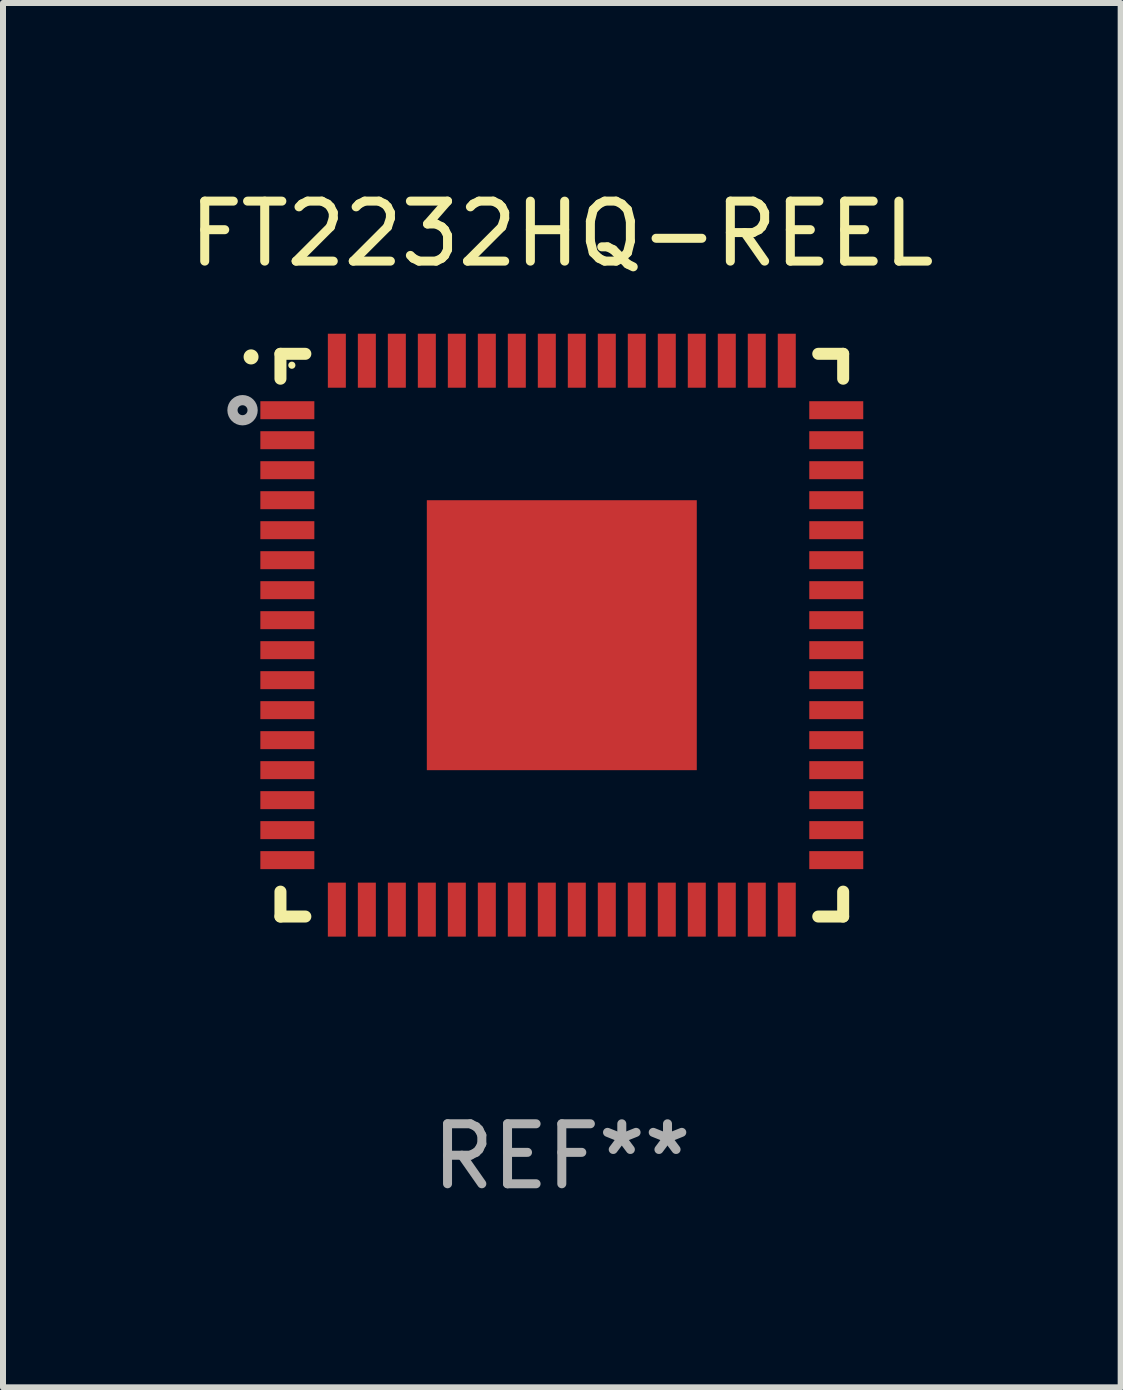
<source format=kicad_pcb>
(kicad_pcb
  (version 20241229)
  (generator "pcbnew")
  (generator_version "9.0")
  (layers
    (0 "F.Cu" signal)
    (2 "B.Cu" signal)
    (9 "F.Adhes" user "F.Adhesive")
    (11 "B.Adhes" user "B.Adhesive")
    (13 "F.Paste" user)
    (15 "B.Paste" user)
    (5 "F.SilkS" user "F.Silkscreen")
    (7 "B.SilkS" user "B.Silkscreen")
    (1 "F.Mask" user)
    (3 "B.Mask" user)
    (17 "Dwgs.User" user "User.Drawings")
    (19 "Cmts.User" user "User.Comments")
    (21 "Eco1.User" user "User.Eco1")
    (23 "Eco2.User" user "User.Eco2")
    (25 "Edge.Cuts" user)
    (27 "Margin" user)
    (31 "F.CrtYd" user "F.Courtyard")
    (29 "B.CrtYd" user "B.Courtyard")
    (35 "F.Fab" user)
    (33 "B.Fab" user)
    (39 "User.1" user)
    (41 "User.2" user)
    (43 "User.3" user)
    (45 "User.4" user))
  (footprint "FT2232HQ-REEL"
    (layer "F.Cu")
    (at 6.315 7.538)
    (property "Reference" "FT2232HQ-REEL" (at 0 -6.69 0) (layer "F.SilkS") (effects (font (size 1 1) (thickness 0.15))))
    (attr through_hole)
    (fp_line (start -4.69 -4.69) (end -4.275 -4.69) (stroke (width 0.2) (type solid)) (layer "F.SilkS"))
    (fp_line (start -4.69 -4.275) (end -4.69 -4.69) (stroke (width 0.2) (type solid)) (layer "F.SilkS"))
    (fp_line (start -4.69 4.275) (end -4.69 4.69) (stroke (width 0.2) (type solid)) (layer "F.SilkS"))
    (fp_line (start -4.69 4.69) (end -4.275 4.69) (stroke (width 0.2) (type solid)) (layer "F.SilkS"))
    (fp_line (start 4.275 -4.69) (end 4.69 -4.69) (stroke (width 0.2) (type solid)) (layer "F.SilkS"))
    (fp_line (start 4.275 4.69) (end 4.69 4.69) (stroke (width 0.2) (type solid)) (layer "F.SilkS"))
    (fp_line (start 4.69 -4.69) (end 4.69 -4.275) (stroke (width 0.2) (type solid)) (layer "F.SilkS"))
    (fp_line (start 4.69 4.69) (end 4.69 4.275) (stroke (width 0.2) (type solid)) (layer "F.SilkS"))
    (fp_arc (start -5.18001 -4.637338) (mid -5.180016 -4.638608) (end -5.18001 -4.639878) (stroke (width 0.24892) (type solid)) (layer "F.SilkS"))
    (fp_circle (center -4.5 -4.5) (end -4.47 -4.5) (stroke (width 0.06) (type solid)) (fill no) (layer "F.SilkS"))
    (fp_circle (center -5.322 -3.75) (end -5.239 -3.75) (stroke (width 0.17) (type solid)) (fill no) (layer "F.Fab"))
    (fp_text user "REF**" (at 0 8.69 0) (layer "F.Fab") (effects (font (size 1 1) (thickness 0.15))))
    (pad "1" smd rect (at -4.575 -3.75) (size 0.9 0.3) (layers "F.Cu" "F.Mask" "F.Paste"))
    (pad "2" smd rect (at -4.575 -3.25) (size 0.9 0.3) (layers "F.Cu" "F.Mask" "F.Paste"))
    (pad "3" smd rect (at -4.575 -2.75) (size 0.9 0.3) (layers "F.Cu" "F.Mask" "F.Paste"))
    (pad "4" smd rect (at -4.575 -2.25) (size 0.9 0.3) (layers "F.Cu" "F.Mask" "F.Paste"))
    (pad "5" smd rect (at -4.575 -1.75) (size 0.9 0.3) (layers "F.Cu" "F.Mask" "F.Paste"))
    (pad "6" smd rect (at -4.575 -1.25) (size 0.9 0.3) (layers "F.Cu" "F.Mask" "F.Paste"))
    (pad "7" smd rect (at -4.575 -0.75) (size 0.9 0.3) (layers "F.Cu" "F.Mask" "F.Paste"))
    (pad "8" smd rect (at -4.575 -0.25) (size 0.9 0.3) (layers "F.Cu" "F.Mask" "F.Paste"))
    (pad "9" smd rect (at -4.575 0.25) (size 0.9 0.3) (layers "F.Cu" "F.Mask" "F.Paste"))
    (pad "10" smd rect (at -4.575 0.75) (size 0.9 0.3) (layers "F.Cu" "F.Mask" "F.Paste"))
    (pad "11" smd rect (at -4.575 1.25) (size 0.9 0.3) (layers "F.Cu" "F.Mask" "F.Paste"))
    (pad "12" smd rect (at -4.575 1.75) (size 0.9 0.3) (layers "F.Cu" "F.Mask" "F.Paste"))
    (pad "13" smd rect (at -4.575 2.25) (size 0.9 0.3) (layers "F.Cu" "F.Mask" "F.Paste"))
    (pad "14" smd rect (at -4.575 2.75) (size 0.9 0.3) (layers "F.Cu" "F.Mask" "F.Paste"))
    (pad "15" smd rect (at -4.575 3.25) (size 0.9 0.3) (layers "F.Cu" "F.Mask" "F.Paste"))
    (pad "16" smd rect (at -4.575 3.75) (size 0.9 0.3) (layers "F.Cu" "F.Mask" "F.Paste"))
    (pad "17" smd rect (at -3.75 4.575 90) (size 0.9 0.3) (layers "F.Cu" "F.Mask" "F.Paste"))
    (pad "18" smd rect (at -3.25 4.575 90) (size 0.9 0.3) (layers "F.Cu" "F.Mask" "F.Paste"))
    (pad "19" smd rect (at -2.75 4.575 90) (size 0.9 0.3) (layers "F.Cu" "F.Mask" "F.Paste"))
    (pad "20" smd rect (at -2.25 4.575 90) (size 0.9 0.3) (layers "F.Cu" "F.Mask" "F.Paste"))
    (pad "21" smd rect (at -1.75 4.575 90) (size 0.9 0.3) (layers "F.Cu" "F.Mask" "F.Paste"))
    (pad "22" smd rect (at -1.25 4.575 90) (size 0.9 0.3) (layers "F.Cu" "F.Mask" "F.Paste"))
    (pad "23" smd rect (at -0.75 4.575 90) (size 0.9 0.3) (layers "F.Cu" "F.Mask" "F.Paste"))
    (pad "24" smd rect (at -0.25 4.575 90) (size 0.9 0.3) (layers "F.Cu" "F.Mask" "F.Paste"))
    (pad "25" smd rect (at 0.25 4.575 90) (size 0.9 0.3) (layers "F.Cu" "F.Mask" "F.Paste"))
    (pad "26" smd rect (at 0.75 4.575 90) (size 0.9 0.3) (layers "F.Cu" "F.Mask" "F.Paste"))
    (pad "27" smd rect (at 1.25 4.575 90) (size 0.9 0.3) (layers "F.Cu" "F.Mask" "F.Paste"))
    (pad "28" smd rect (at 1.75 4.575 90) (size 0.9 0.3) (layers "F.Cu" "F.Mask" "F.Paste"))
    (pad "29" smd rect (at 2.25 4.575 90) (size 0.9 0.3) (layers "F.Cu" "F.Mask" "F.Paste"))
    (pad "30" smd rect (at 2.75 4.575 90) (size 0.9 0.3) (layers "F.Cu" "F.Mask" "F.Paste"))
    (pad "31" smd rect (at 3.25 4.575 90) (size 0.9 0.3) (layers "F.Cu" "F.Mask" "F.Paste"))
    (pad "32" smd rect (at 3.75 4.575 90) (size 0.9 0.3) (layers "F.Cu" "F.Mask" "F.Paste"))
    (pad "33" smd rect (at 4.575 3.75 180) (size 0.9 0.3) (layers "F.Cu" "F.Mask" "F.Paste"))
    (pad "34" smd rect (at 4.575 3.25) (size 0.9 0.3) (layers "F.Cu" "F.Mask" "F.Paste"))
    (pad "35" smd rect (at 4.575 2.75) (size 0.9 0.3) (layers "F.Cu" "F.Mask" "F.Paste"))
    (pad "36" smd rect (at 4.575 2.25) (size 0.9 0.3) (layers "F.Cu" "F.Mask" "F.Paste"))
    (pad "37" smd rect (at 4.575 1.75) (size 0.9 0.3) (layers "F.Cu" "F.Mask" "F.Paste"))
    (pad "38" smd rect (at 4.575 1.25) (size 0.9 0.3) (layers "F.Cu" "F.Mask" "F.Paste"))
    (pad "39" smd rect (at 4.575 0.75) (size 0.9 0.3) (layers "F.Cu" "F.Mask" "F.Paste"))
    (pad "40" smd rect (at 4.575 0.25) (size 0.9 0.3) (layers "F.Cu" "F.Mask" "F.Paste"))
    (pad "41" smd rect (at 4.575 -0.25) (size 0.9 0.3) (layers "F.Cu" "F.Mask" "F.Paste"))
    (pad "42" smd rect (at 4.575 -0.75) (size 0.9 0.3) (layers "F.Cu" "F.Mask" "F.Paste"))
    (pad "43" smd rect (at 4.575 -1.25) (size 0.9 0.3) (layers "F.Cu" "F.Mask" "F.Paste"))
    (pad "44" smd rect (at 4.575 -1.75) (size 0.9 0.3) (layers "F.Cu" "F.Mask" "F.Paste"))
    (pad "45" smd rect (at 4.575 -2.25) (size 0.9 0.3) (layers "F.Cu" "F.Mask" "F.Paste"))
    (pad "46" smd rect (at 4.575 -2.75) (size 0.9 0.3) (layers "F.Cu" "F.Mask" "F.Paste"))
    (pad "47" smd rect (at 4.575 -3.25) (size 0.9 0.3) (layers "F.Cu" "F.Mask" "F.Paste"))
    (pad "48" smd rect (at 4.575 -3.75) (size 0.9 0.3) (layers "F.Cu" "F.Mask" "F.Paste"))
    (pad "49" smd rect (at 3.75 -4.575 90) (size 0.9 0.3) (layers "F.Cu" "F.Mask" "F.Paste"))
    (pad "50" smd rect (at 3.25 -4.575 90) (size 0.9 0.3) (layers "F.Cu" "F.Mask" "F.Paste"))
    (pad "51" smd rect (at 2.75 -4.575 90) (size 0.9 0.3) (layers "F.Cu" "F.Mask" "F.Paste"))
    (pad "52" smd rect (at 2.25 -4.575 90) (size 0.9 0.3) (layers "F.Cu" "F.Mask" "F.Paste"))
    (pad "53" smd rect (at 1.75 -4.575 90) (size 0.9 0.3) (layers "F.Cu" "F.Mask" "F.Paste"))
    (pad "54" smd rect (at 1.25 -4.575 90) (size 0.9 0.3) (layers "F.Cu" "F.Mask" "F.Paste"))
    (pad "55" smd rect (at 0.75 -4.575 90) (size 0.9 0.3) (layers "F.Cu" "F.Mask" "F.Paste"))
    (pad "56" smd rect (at 0.25 -4.575 90) (size 0.9 0.3) (layers "F.Cu" "F.Mask" "F.Paste"))
    (pad "57" smd rect (at -0.25 -4.575 90) (size 0.9 0.3) (layers "F.Cu" "F.Mask" "F.Paste"))
    (pad "58" smd rect (at -0.75 -4.575 90) (size 0.9 0.3) (layers "F.Cu" "F.Mask" "F.Paste"))
    (pad "59" smd rect (at -1.25 -4.575 90) (size 0.9 0.3) (layers "F.Cu" "F.Mask" "F.Paste"))
    (pad "60" smd rect (at -1.75 -4.575 90) (size 0.9 0.3) (layers "F.Cu" "F.Mask" "F.Paste"))
    (pad "61" smd rect (at -2.25 -4.575 90) (size 0.9 0.3) (layers "F.Cu" "F.Mask" "F.Paste"))
    (pad "62" smd rect (at -2.75 -4.575 90) (size 0.9 0.3) (layers "F.Cu" "F.Mask" "F.Paste"))
    (pad "63" smd rect (at -3.25 -4.575 90) (size 0.9 0.3) (layers "F.Cu" "F.Mask" "F.Paste"))
    (pad "64" smd rect (at -3.75 -4.575 90) (size 0.9 0.3) (layers "F.Cu" "F.Mask" "F.Paste"))
    (pad "65" smd rect (at 0 0.000381) (size 4.5 4.5) (layers "F.Cu" "F.Mask" "F.Paste")))
  (gr_rect
    (start -3 -3)
    (end 15.631 20.076)
    (stroke (width 0.1) (type default))
    (fill no)
    (layer "Edge.Cuts")))
</source>
